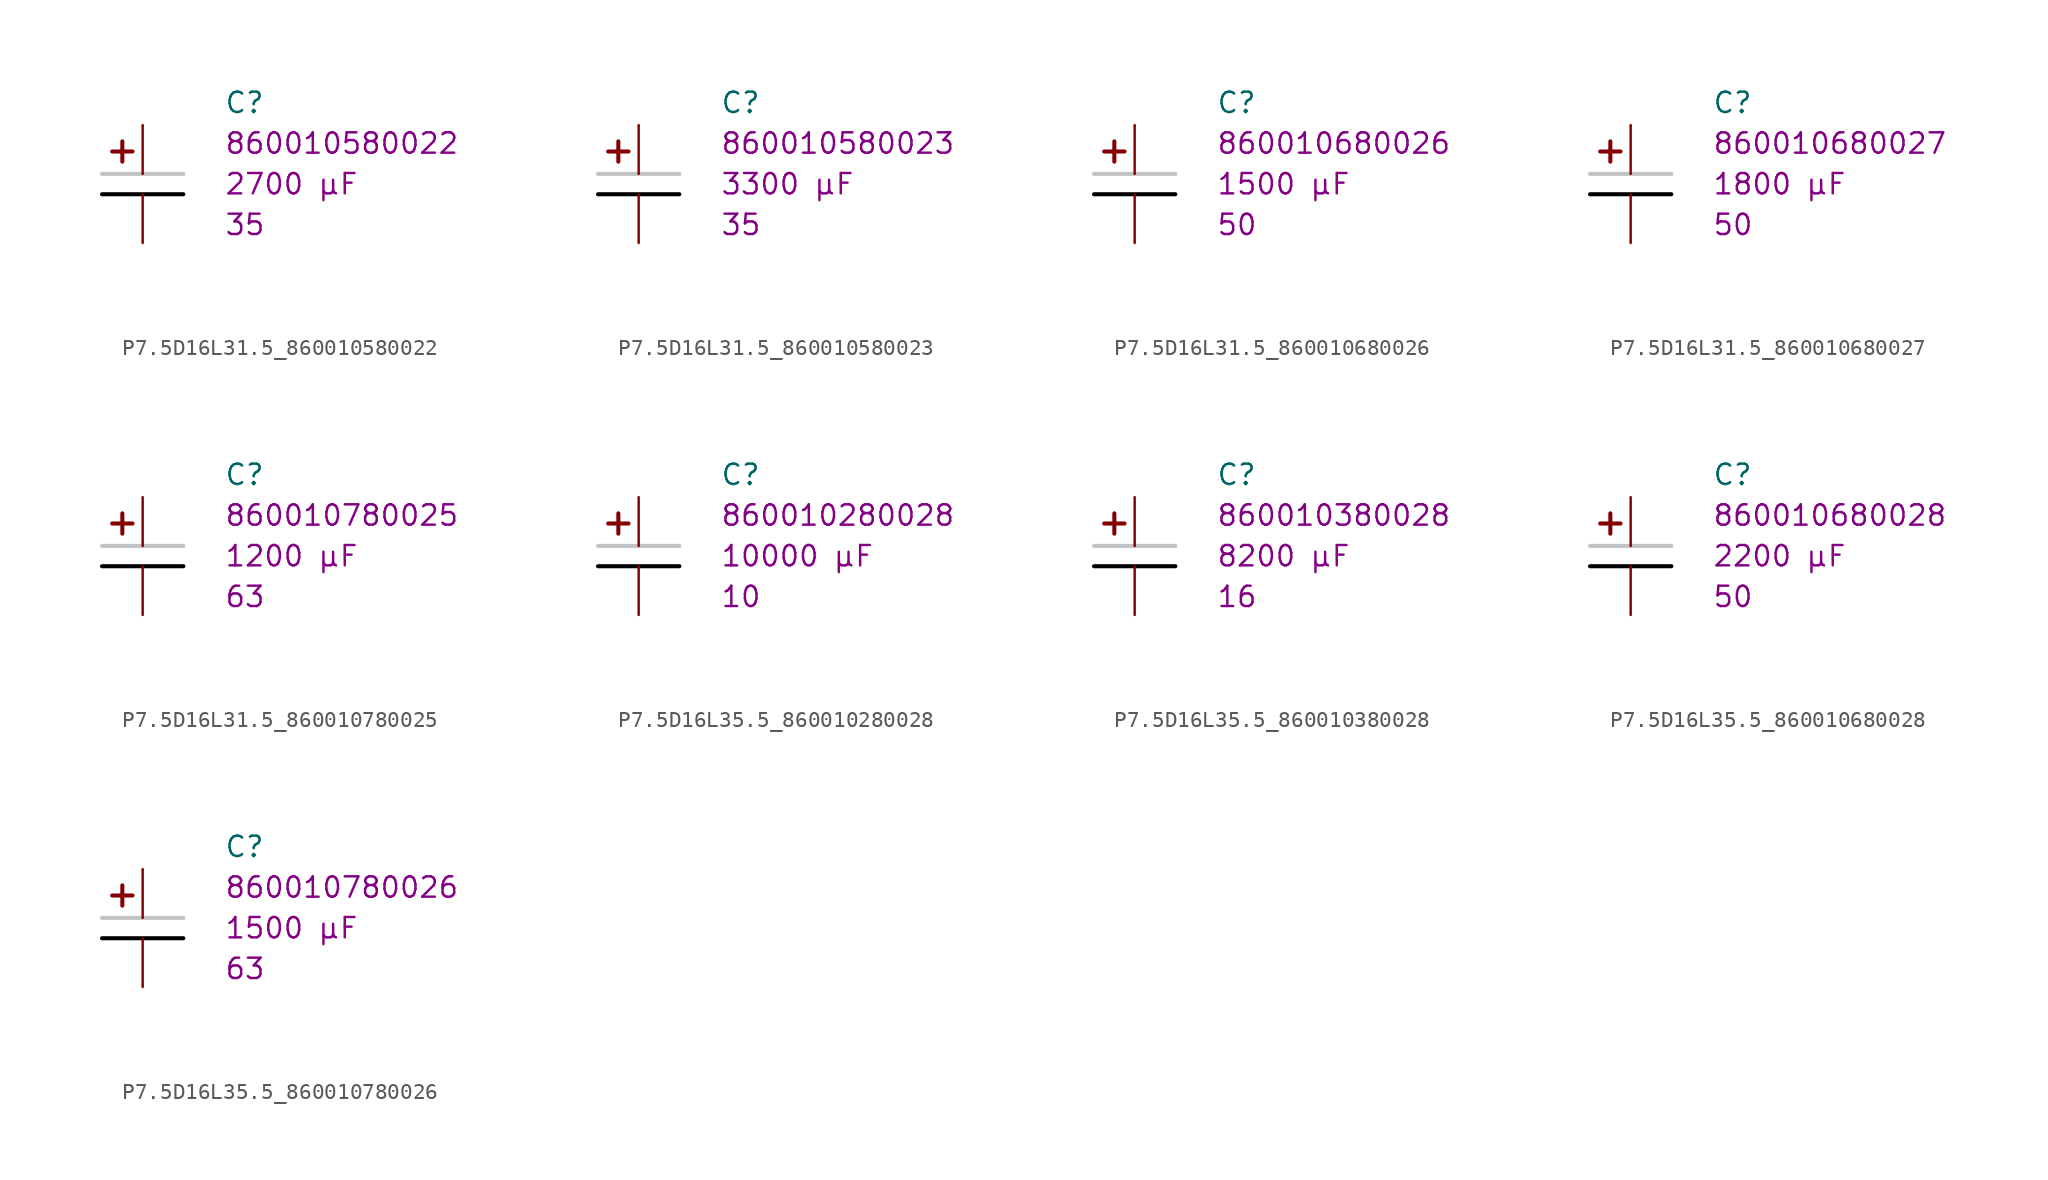
<source format=kicad_sym>
(kicad_symbol_lib
  (version 20220914)
  (generator kicad_symbol_editor)
  (symbol "P7.5D16L31.5_860010580022"
    (pin_numbers hide)
    (pin_names hide)
    (property "Reference" "C"
      (at 5.08 5.08 0)
      (effects (font (size 1.27 1.27)) (justify left)))
    (property "Part Number" "860010580022"
      (at 5.08 2.54 0)
      (effects (font (size 1.27 1.27)) (justify left)))
    (property "Capacitance" "2700 µF"
      (at 5.08 0 0)
      (effects (font (size 1.27 1.27)) (justify left)))
    (property "Voltage" "35"
      (at 5.08 -2.54 0)
      (effects (font (size 1.27 1.27)) (justify left)))
    (property "Critical Parameter" ""
      (at 0 -7.62 0)
      (effects (font (size 1.27 1.27))))
    (symbol "P7.5D16L31.5_860010580022_1_1"
      (polyline (pts (xy -1.27 2.667) (xy -1.27 1.397)) (stroke (width 0.254) (type default)) (fill (type none)))
      (polyline (pts (xy -0.635 2.032) (xy -1.905 2.032)) (stroke (width 0.254) (type default)) (fill (type none)))
      (polyline (pts (xy 2.54 -0.635) (xy -2.54 -0.635)) (stroke (width 0.254) (type default) (color 0 0 0 1)) (fill (type none)))
      (polyline (pts (xy 2.54 0.635) (xy -2.54 0.635)) (stroke (width 0.254) (type default) (color 194 194 194 1)) (fill (type none)))
      (pin passive line (at 0 3.679 270) (length 3.044) (name "1" (effects (font (size 1.27 1.27)))) (number "1" (effects (font (size 1.27 1.27)))))
      (pin passive line (at 0 -3.679 90) (length 3.044) (name "2" (effects (font (size 1.27 1.27)))) (number "2" (effects (font (size 1.27 1.27)))))))
  (symbol "P7.5D16L31.5_860010580023"
    (pin_numbers hide)
    (pin_names hide)
    (property "Reference" "C"
      (at 5.08 5.08 0)
      (effects (font (size 1.27 1.27)) (justify left)))
    (property "Part Number" "860010580023"
      (at 5.08 2.54 0)
      (effects (font (size 1.27 1.27)) (justify left)))
    (property "Capacitance" "3300 µF"
      (at 5.08 0 0)
      (effects (font (size 1.27 1.27)) (justify left)))
    (property "Voltage" "35"
      (at 5.08 -2.54 0)
      (effects (font (size 1.27 1.27)) (justify left)))
    (property "Critical Parameter" ""
      (at 0 -7.62 0)
      (effects (font (size 1.27 1.27))))
    (symbol "P7.5D16L31.5_860010580023_1_1"
      (polyline (pts (xy -1.27 2.667) (xy -1.27 1.397)) (stroke (width 0.254) (type default)) (fill (type none)))
      (polyline (pts (xy -0.635 2.032) (xy -1.905 2.032)) (stroke (width 0.254) (type default)) (fill (type none)))
      (polyline (pts (xy 2.54 -0.635) (xy -2.54 -0.635)) (stroke (width 0.254) (type default) (color 0 0 0 1)) (fill (type none)))
      (polyline (pts (xy 2.54 0.635) (xy -2.54 0.635)) (stroke (width 0.254) (type default) (color 194 194 194 1)) (fill (type none)))
      (pin passive line (at 0 3.679 270) (length 3.044) (name "1" (effects (font (size 1.27 1.27)))) (number "1" (effects (font (size 1.27 1.27)))))
      (pin passive line (at 0 -3.679 90) (length 3.044) (name "2" (effects (font (size 1.27 1.27)))) (number "2" (effects (font (size 1.27 1.27)))))))
  (symbol "P7.5D16L31.5_860010680026"
    (pin_numbers hide)
    (pin_names hide)
    (property "Reference" "C"
      (at 5.08 5.08 0)
      (effects (font (size 1.27 1.27)) (justify left)))
    (property "Part Number" "860010680026"
      (at 5.08 2.54 0)
      (effects (font (size 1.27 1.27)) (justify left)))
    (property "Capacitance" "1500 µF"
      (at 5.08 0 0)
      (effects (font (size 1.27 1.27)) (justify left)))
    (property "Voltage" "50"
      (at 5.08 -2.54 0)
      (effects (font (size 1.27 1.27)) (justify left)))
    (property "Critical Parameter" ""
      (at 0 -7.62 0)
      (effects (font (size 1.27 1.27))))
    (symbol "P7.5D16L31.5_860010680026_1_1"
      (polyline (pts (xy -1.27 2.667) (xy -1.27 1.397)) (stroke (width 0.254) (type default)) (fill (type none)))
      (polyline (pts (xy -0.635 2.032) (xy -1.905 2.032)) (stroke (width 0.254) (type default)) (fill (type none)))
      (polyline (pts (xy 2.54 -0.635) (xy -2.54 -0.635)) (stroke (width 0.254) (type default) (color 0 0 0 1)) (fill (type none)))
      (polyline (pts (xy 2.54 0.635) (xy -2.54 0.635)) (stroke (width 0.254) (type default) (color 194 194 194 1)) (fill (type none)))
      (pin passive line (at 0 3.679 270) (length 3.044) (name "1" (effects (font (size 1.27 1.27)))) (number "1" (effects (font (size 1.27 1.27)))))
      (pin passive line (at 0 -3.679 90) (length 3.044) (name "2" (effects (font (size 1.27 1.27)))) (number "2" (effects (font (size 1.27 1.27)))))))
  (symbol "P7.5D16L31.5_860010680027"
    (pin_numbers hide)
    (pin_names hide)
    (property "Reference" "C"
      (at 5.08 5.08 0)
      (effects (font (size 1.27 1.27)) (justify left)))
    (property "Part Number" "860010680027"
      (at 5.08 2.54 0)
      (effects (font (size 1.27 1.27)) (justify left)))
    (property "Capacitance" "1800 µF"
      (at 5.08 0 0)
      (effects (font (size 1.27 1.27)) (justify left)))
    (property "Voltage" "50"
      (at 5.08 -2.54 0)
      (effects (font (size 1.27 1.27)) (justify left)))
    (property "Critical Parameter" ""
      (at 0 -7.62 0)
      (effects (font (size 1.27 1.27))))
    (symbol "P7.5D16L31.5_860010680027_1_1"
      (polyline (pts (xy -1.27 2.667) (xy -1.27 1.397)) (stroke (width 0.254) (type default)) (fill (type none)))
      (polyline (pts (xy -0.635 2.032) (xy -1.905 2.032)) (stroke (width 0.254) (type default)) (fill (type none)))
      (polyline (pts (xy 2.54 -0.635) (xy -2.54 -0.635)) (stroke (width 0.254) (type default) (color 0 0 0 1)) (fill (type none)))
      (polyline (pts (xy 2.54 0.635) (xy -2.54 0.635)) (stroke (width 0.254) (type default) (color 194 194 194 1)) (fill (type none)))
      (pin passive line (at 0 3.679 270) (length 3.044) (name "1" (effects (font (size 1.27 1.27)))) (number "1" (effects (font (size 1.27 1.27)))))
      (pin passive line (at 0 -3.679 90) (length 3.044) (name "2" (effects (font (size 1.27 1.27)))) (number "2" (effects (font (size 1.27 1.27)))))))
  (symbol "P7.5D16L31.5_860010780025"
    (pin_numbers hide)
    (pin_names hide)
    (property "Reference" "C"
      (at 5.08 5.08 0)
      (effects (font (size 1.27 1.27)) (justify left)))
    (property "Part Number" "860010780025"
      (at 5.08 2.54 0)
      (effects (font (size 1.27 1.27)) (justify left)))
    (property "Capacitance" "1200 µF"
      (at 5.08 0 0)
      (effects (font (size 1.27 1.27)) (justify left)))
    (property "Voltage" "63"
      (at 5.08 -2.54 0)
      (effects (font (size 1.27 1.27)) (justify left)))
    (property "Critical Parameter" ""
      (at 0 -7.62 0)
      (effects (font (size 1.27 1.27))))
    (symbol "P7.5D16L31.5_860010780025_1_1"
      (polyline (pts (xy -1.27 2.667) (xy -1.27 1.397)) (stroke (width 0.254) (type default)) (fill (type none)))
      (polyline (pts (xy -0.635 2.032) (xy -1.905 2.032)) (stroke (width 0.254) (type default)) (fill (type none)))
      (polyline (pts (xy 2.54 -0.635) (xy -2.54 -0.635)) (stroke (width 0.254) (type default) (color 0 0 0 1)) (fill (type none)))
      (polyline (pts (xy 2.54 0.635) (xy -2.54 0.635)) (stroke (width 0.254) (type default) (color 194 194 194 1)) (fill (type none)))
      (pin passive line (at 0 3.679 270) (length 3.044) (name "1" (effects (font (size 1.27 1.27)))) (number "1" (effects (font (size 1.27 1.27)))))
      (pin passive line (at 0 -3.679 90) (length 3.044) (name "2" (effects (font (size 1.27 1.27)))) (number "2" (effects (font (size 1.27 1.27)))))))
  (symbol "P7.5D16L35.5_860010280028"
    (pin_numbers hide)
    (pin_names hide)
    (property "Reference" "C"
      (at 5.08 5.08 0)
      (effects (font (size 1.27 1.27)) (justify left)))
    (property "Part Number" "860010280028"
      (at 5.08 2.54 0)
      (effects (font (size 1.27 1.27)) (justify left)))
    (property "Capacitance" "10000 µF"
      (at 5.08 0 0)
      (effects (font (size 1.27 1.27)) (justify left)))
    (property "Voltage" "10"
      (at 5.08 -2.54 0)
      (effects (font (size 1.27 1.27)) (justify left)))
    (property "Critical Parameter" ""
      (at 0 -7.62 0)
      (effects (font (size 1.27 1.27))))
    (symbol "P7.5D16L35.5_860010280028_1_1"
      (polyline (pts (xy -1.27 2.667) (xy -1.27 1.397)) (stroke (width 0.254) (type default)) (fill (type none)))
      (polyline (pts (xy -0.635 2.032) (xy -1.905 2.032)) (stroke (width 0.254) (type default)) (fill (type none)))
      (polyline (pts (xy 2.54 -0.635) (xy -2.54 -0.635)) (stroke (width 0.254) (type default) (color 0 0 0 1)) (fill (type none)))
      (polyline (pts (xy 2.54 0.635) (xy -2.54 0.635)) (stroke (width 0.254) (type default) (color 194 194 194 1)) (fill (type none)))
      (pin passive line (at 0 3.679 270) (length 3.044) (name "1" (effects (font (size 1.27 1.27)))) (number "1" (effects (font (size 1.27 1.27)))))
      (pin passive line (at 0 -3.679 90) (length 3.044) (name "2" (effects (font (size 1.27 1.27)))) (number "2" (effects (font (size 1.27 1.27)))))))
  (symbol "P7.5D16L35.5_860010380028"
    (pin_numbers hide)
    (pin_names hide)
    (property "Reference" "C"
      (at 5.08 5.08 0)
      (effects (font (size 1.27 1.27)) (justify left)))
    (property "Part Number" "860010380028"
      (at 5.08 2.54 0)
      (effects (font (size 1.27 1.27)) (justify left)))
    (property "Capacitance" "8200 µF"
      (at 5.08 0 0)
      (effects (font (size 1.27 1.27)) (justify left)))
    (property "Voltage" "16"
      (at 5.08 -2.54 0)
      (effects (font (size 1.27 1.27)) (justify left)))
    (property "Critical Parameter" ""
      (at 0 -7.62 0)
      (effects (font (size 1.27 1.27))))
    (symbol "P7.5D16L35.5_860010380028_1_1"
      (polyline (pts (xy -1.27 2.667) (xy -1.27 1.397)) (stroke (width 0.254) (type default)) (fill (type none)))
      (polyline (pts (xy -0.635 2.032) (xy -1.905 2.032)) (stroke (width 0.254) (type default)) (fill (type none)))
      (polyline (pts (xy 2.54 -0.635) (xy -2.54 -0.635)) (stroke (width 0.254) (type default) (color 0 0 0 1)) (fill (type none)))
      (polyline (pts (xy 2.54 0.635) (xy -2.54 0.635)) (stroke (width 0.254) (type default) (color 194 194 194 1)) (fill (type none)))
      (pin passive line (at 0 3.679 270) (length 3.044) (name "1" (effects (font (size 1.27 1.27)))) (number "1" (effects (font (size 1.27 1.27)))))
      (pin passive line (at 0 -3.679 90) (length 3.044) (name "2" (effects (font (size 1.27 1.27)))) (number "2" (effects (font (size 1.27 1.27)))))))
  (symbol "P7.5D16L35.5_860010680028"
    (pin_numbers hide)
    (pin_names hide)
    (property "Reference" "C"
      (at 5.08 5.08 0)
      (effects (font (size 1.27 1.27)) (justify left)))
    (property "Part Number" "860010680028"
      (at 5.08 2.54 0)
      (effects (font (size 1.27 1.27)) (justify left)))
    (property "Capacitance" "2200 µF"
      (at 5.08 0 0)
      (effects (font (size 1.27 1.27)) (justify left)))
    (property "Voltage" "50"
      (at 5.08 -2.54 0)
      (effects (font (size 1.27 1.27)) (justify left)))
    (property "Critical Parameter" ""
      (at 0 -7.62 0)
      (effects (font (size 1.27 1.27))))
    (symbol "P7.5D16L35.5_860010680028_1_1"
      (polyline (pts (xy -1.27 2.667) (xy -1.27 1.397)) (stroke (width 0.254) (type default)) (fill (type none)))
      (polyline (pts (xy -0.635 2.032) (xy -1.905 2.032)) (stroke (width 0.254) (type default)) (fill (type none)))
      (polyline (pts (xy 2.54 -0.635) (xy -2.54 -0.635)) (stroke (width 0.254) (type default) (color 0 0 0 1)) (fill (type none)))
      (polyline (pts (xy 2.54 0.635) (xy -2.54 0.635)) (stroke (width 0.254) (type default) (color 194 194 194 1)) (fill (type none)))
      (pin passive line (at 0 3.679 270) (length 3.044) (name "1" (effects (font (size 1.27 1.27)))) (number "1" (effects (font (size 1.27 1.27)))))
      (pin passive line (at 0 -3.679 90) (length 3.044) (name "2" (effects (font (size 1.27 1.27)))) (number "2" (effects (font (size 1.27 1.27)))))))
  (symbol "P7.5D16L35.5_860010780026"
    (pin_numbers hide)
    (pin_names hide)
    (property "Reference" "C"
      (at 5.08 5.08 0)
      (effects (font (size 1.27 1.27)) (justify left)))
    (property "Part Number" "860010780026"
      (at 5.08 2.54 0)
      (effects (font (size 1.27 1.27)) (justify left)))
    (property "Capacitance" "1500 µF"
      (at 5.08 0 0)
      (effects (font (size 1.27 1.27)) (justify left)))
    (property "Voltage" "63"
      (at 5.08 -2.54 0)
      (effects (font (size 1.27 1.27)) (justify left)))
    (property "Critical Parameter" ""
      (at 0 -7.62 0)
      (effects (font (size 1.27 1.27))))
    (symbol "P7.5D16L35.5_860010780026_1_1"
      (polyline (pts (xy -1.27 2.667) (xy -1.27 1.397)) (stroke (width 0.254) (type default)) (fill (type none)))
      (polyline (pts (xy -0.635 2.032) (xy -1.905 2.032)) (stroke (width 0.254) (type default)) (fill (type none)))
      (polyline (pts (xy 2.54 -0.635) (xy -2.54 -0.635)) (stroke (width 0.254) (type default) (color 0 0 0 1)) (fill (type none)))
      (polyline (pts (xy 2.54 0.635) (xy -2.54 0.635)) (stroke (width 0.254) (type default) (color 194 194 194 1)) (fill (type none)))
      (pin passive line (at 0 3.679 270) (length 3.044) (name "1" (effects (font (size 1.27 1.27)))) (number "1" (effects (font (size 1.27 1.27)))))
      (pin passive line (at 0 -3.679 90) (length 3.044) (name "2" (effects (font (size 1.27 1.27)))) (number "2" (effects (font (size 1.27 1.27))))))))
</source>
